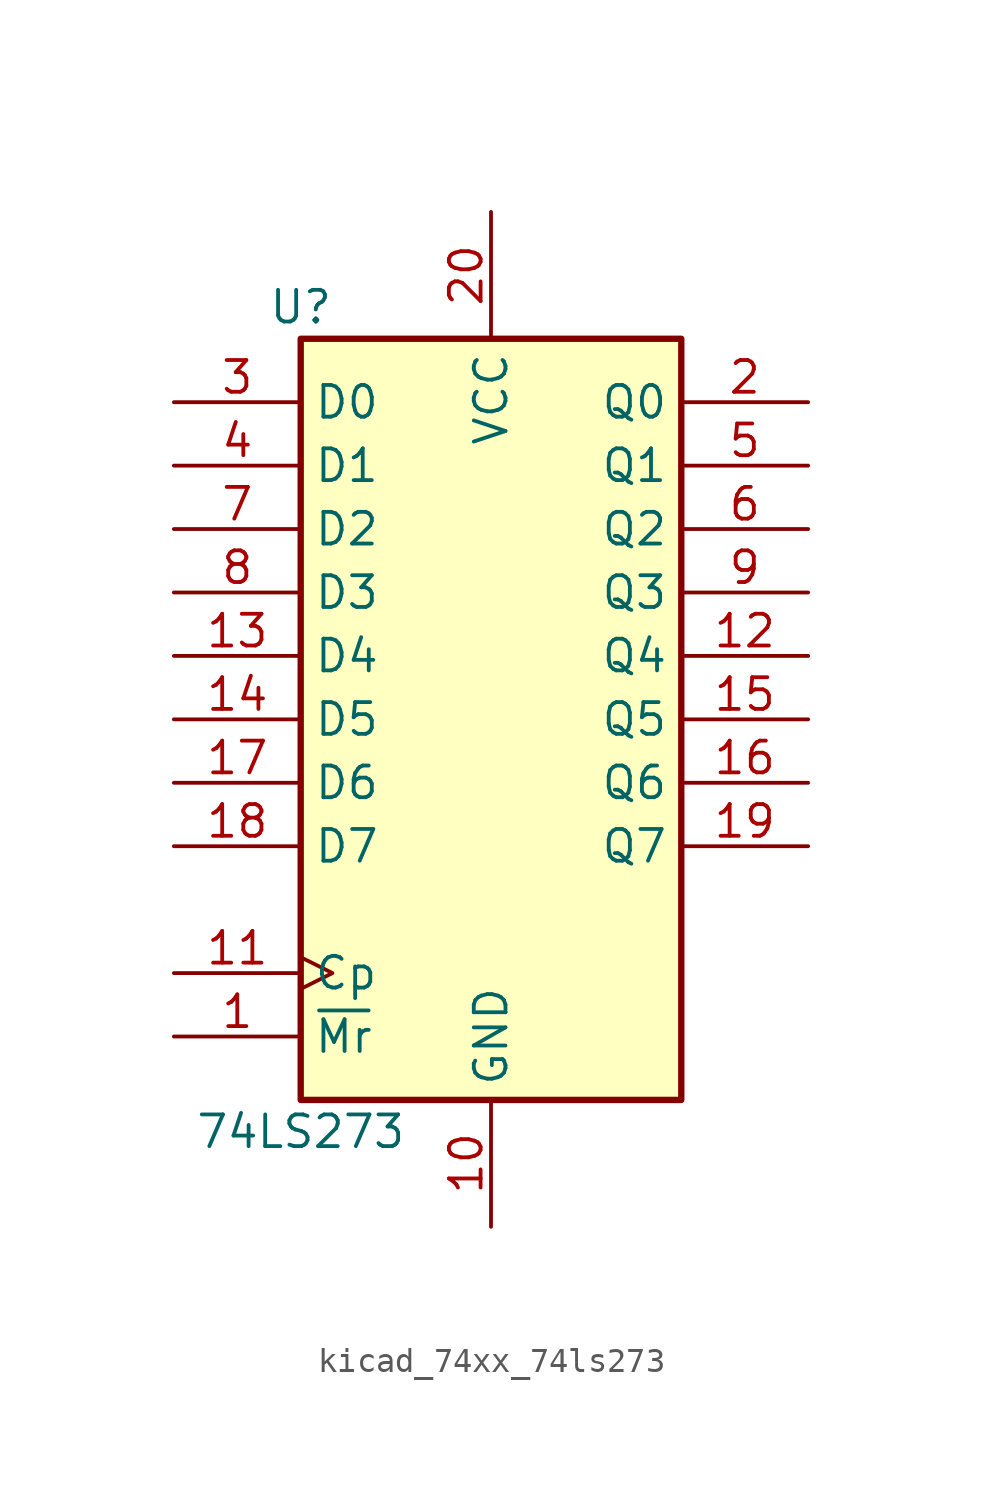
<source format=kicad_sym>
(kicad_symbol_lib
  (version 20220914)
  (generator kicad_symbol_editor)
  (symbol "kicad_74xx_74ls273"
    (property "Reference" "U"
      (at -7.62 16.51 0)
      (effects (font (size 1.27 1.27))))
    (property "Value" "74LS273"
      (at -7.62 -16.51 0)
      (effects (font (size 1.27 1.27))))
    (symbol "kicad_74xx_74ls273_1_0"
      (pin input line (at -12.7 -12.7 0) (length 5.08) (name "~{Mr}" (effects (font (size 1.27 1.27)))) (number "1" (effects (font (size 1.27 1.27)))))
      (pin power_in line (at 0 -20.32 90) (length 5.08) (name "GND" (effects (font (size 1.27 1.27)))) (number "10" (effects (font (size 1.27 1.27)))))
      (pin input clock (at -12.7 -10.16 0) (length 5.08) (name "Cp" (effects (font (size 1.27 1.27)))) (number "11" (effects (font (size 1.27 1.27)))))
      (pin output line (at 12.7 2.54 180) (length 5.08) (name "Q4" (effects (font (size 1.27 1.27)))) (number "12" (effects (font (size 1.27 1.27)))))
      (pin input line (at -12.7 2.54 0) (length 5.08) (name "D4" (effects (font (size 1.27 1.27)))) (number "13" (effects (font (size 1.27 1.27)))))
      (pin input line (at -12.7 0 0) (length 5.08) (name "D5" (effects (font (size 1.27 1.27)))) (number "14" (effects (font (size 1.27 1.27)))))
      (pin output line (at 12.7 0 180) (length 5.08) (name "Q5" (effects (font (size 1.27 1.27)))) (number "15" (effects (font (size 1.27 1.27)))))
      (pin output line (at 12.7 -2.54 180) (length 5.08) (name "Q6" (effects (font (size 1.27 1.27)))) (number "16" (effects (font (size 1.27 1.27)))))
      (pin input line (at -12.7 -2.54 0) (length 5.08) (name "D6" (effects (font (size 1.27 1.27)))) (number "17" (effects (font (size 1.27 1.27)))))
      (pin input line (at -12.7 -5.08 0) (length 5.08) (name "D7" (effects (font (size 1.27 1.27)))) (number "18" (effects (font (size 1.27 1.27)))))
      (pin output line (at 12.7 -5.08 180) (length 5.08) (name "Q7" (effects (font (size 1.27 1.27)))) (number "19" (effects (font (size 1.27 1.27)))))
      (pin output line (at 12.7 12.7 180) (length 5.08) (name "Q0" (effects (font (size 1.27 1.27)))) (number "2" (effects (font (size 1.27 1.27)))))
      (pin power_in line (at 0 20.32 270) (length 5.08) (name "VCC" (effects (font (size 1.27 1.27)))) (number "20" (effects (font (size 1.27 1.27)))))
      (pin input line (at -12.7 12.7 0) (length 5.08) (name "D0" (effects (font (size 1.27 1.27)))) (number "3" (effects (font (size 1.27 1.27)))))
      (pin input line (at -12.7 10.16 0) (length 5.08) (name "D1" (effects (font (size 1.27 1.27)))) (number "4" (effects (font (size 1.27 1.27)))))
      (pin output line (at 12.7 10.16 180) (length 5.08) (name "Q1" (effects (font (size 1.27 1.27)))) (number "5" (effects (font (size 1.27 1.27)))))
      (pin output line (at 12.7 7.62 180) (length 5.08) (name "Q2" (effects (font (size 1.27 1.27)))) (number "6" (effects (font (size 1.27 1.27)))))
      (pin input line (at -12.7 7.62 0) (length 5.08) (name "D2" (effects (font (size 1.27 1.27)))) (number "7" (effects (font (size 1.27 1.27)))))
      (pin input line (at -12.7 5.08 0) (length 5.08) (name "D3" (effects (font (size 1.27 1.27)))) (number "8" (effects (font (size 1.27 1.27)))))
      (pin output line (at 12.7 5.08 180) (length 5.08) (name "Q3" (effects (font (size 1.27 1.27)))) (number "9" (effects (font (size 1.27 1.27))))))
    (symbol "kicad_74xx_74ls273_1_1"
      (rectangle (start -7.62 15.24) (end 7.62 -15.24) (stroke (width 0.254) (type default)) (fill (type background))))))
</source>
